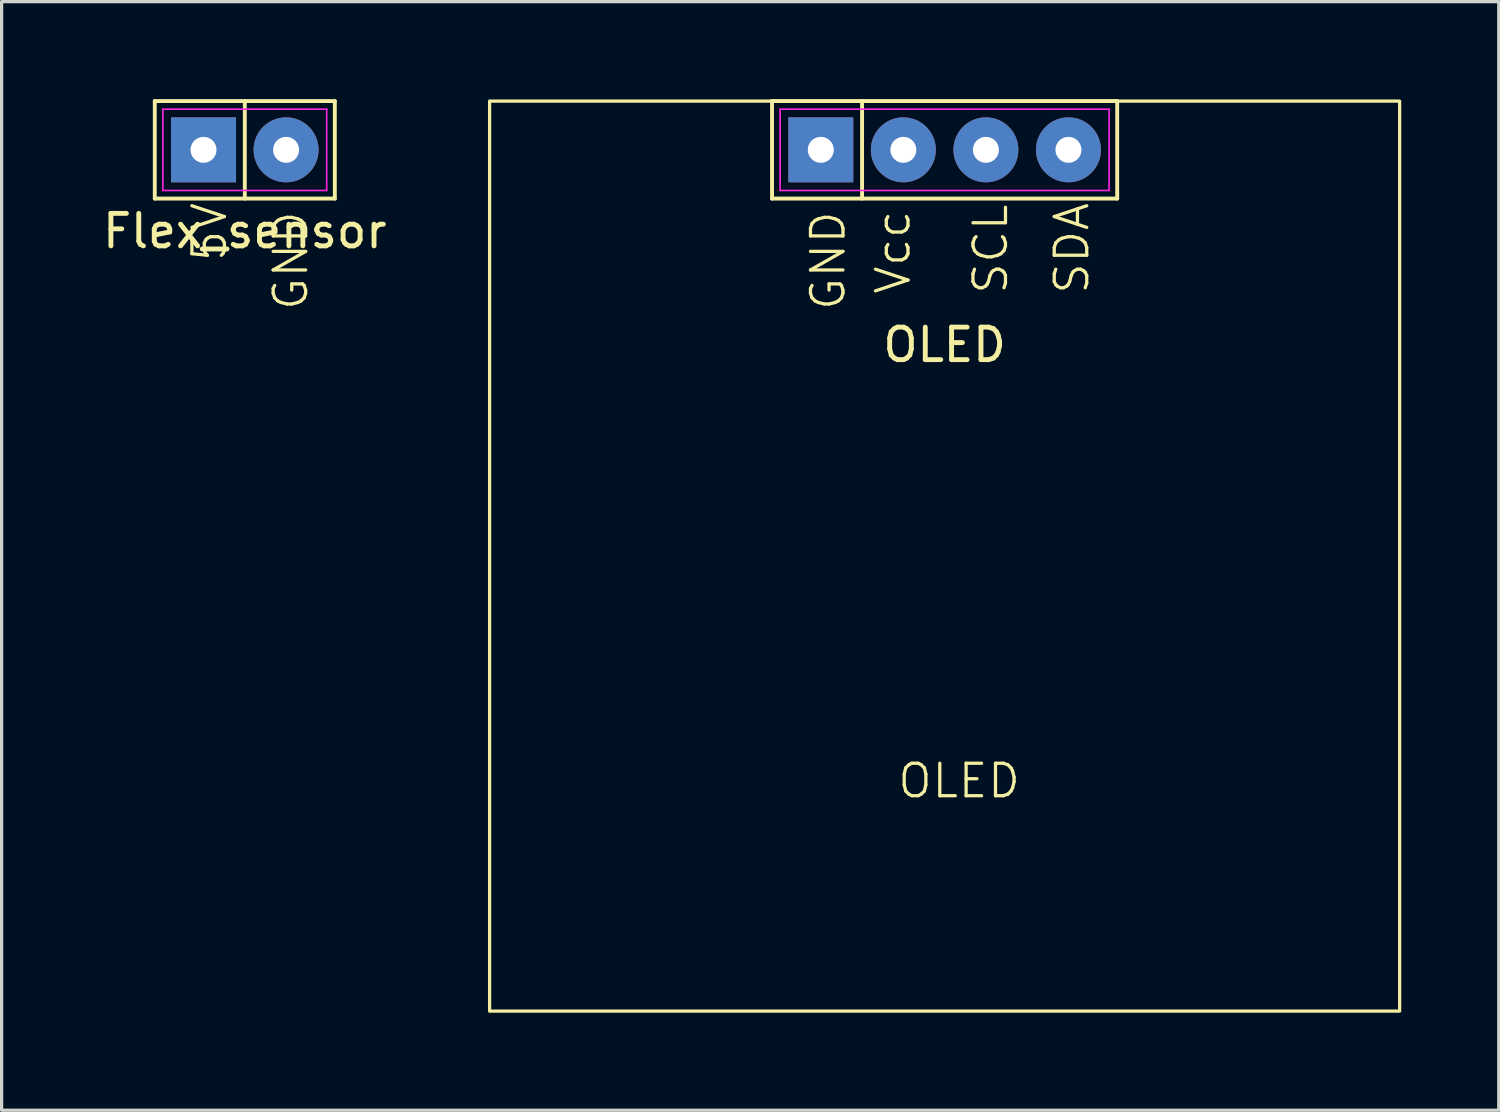
<source format=kicad_pcb>
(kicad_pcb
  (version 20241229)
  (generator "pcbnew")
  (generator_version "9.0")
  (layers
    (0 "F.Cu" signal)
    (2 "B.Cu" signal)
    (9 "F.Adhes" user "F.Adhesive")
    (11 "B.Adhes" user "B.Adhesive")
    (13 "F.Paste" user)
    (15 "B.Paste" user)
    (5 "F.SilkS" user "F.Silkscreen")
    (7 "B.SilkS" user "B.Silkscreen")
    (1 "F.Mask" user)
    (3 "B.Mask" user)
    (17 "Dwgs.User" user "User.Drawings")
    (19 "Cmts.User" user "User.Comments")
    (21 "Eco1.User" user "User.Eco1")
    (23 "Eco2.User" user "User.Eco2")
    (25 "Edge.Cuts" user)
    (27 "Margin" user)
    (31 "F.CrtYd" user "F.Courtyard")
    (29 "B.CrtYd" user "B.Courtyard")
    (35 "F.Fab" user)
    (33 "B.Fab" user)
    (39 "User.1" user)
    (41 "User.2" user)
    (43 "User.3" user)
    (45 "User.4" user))
  (footprint "OLED"
    (layer "F.Cu")
    (at 26.014 1.56)
    (property "Reference" "OLED" (at 0 6 0) (layer "F.SilkS") (effects (font (size 1 1) (thickness 0.15))))
    (attr through_hole)
    (fp_line (start -5.31 -1.5) (end 5.31 -1.5) (stroke (width 0.12) (type default)) (layer "F.SilkS"))
    (fp_line (start -5.31 1.5) (end -5.31 -1.5) (stroke (width 0.12) (type default)) (layer "F.SilkS"))
    (fp_line (start -2.54 -1.5) (end -2.54 1.5) (stroke (width 0.12) (type default)) (layer "F.SilkS"))
    (fp_line (start 5.31 -1.5) (end 5.31 1.5) (stroke (width 0.12) (type default)) (layer "F.SilkS"))
    (fp_line (start 5.31 1.5) (end -5.31 1.5) (stroke (width 0.12) (type default)) (layer "F.SilkS"))
    (fp_rect (start -14 -1.5) (end 14 26.5) (stroke (width 0.1) (type default)) (fill no) (layer "F.SilkS"))
    (fp_line (start -5.06 -1.25) (end 5.06 -1.25) (stroke (width 0.05) (type default)) (layer "F.CrtYd"))
    (fp_line (start -5.06 1.25) (end -5.06 -1.25) (stroke (width 0.05) (type default)) (layer "F.CrtYd"))
    (fp_line (start 5.06 -1.25) (end 5.06 1.25) (stroke (width 0.05) (type default)) (layer "F.CrtYd"))
    (fp_line (start 5.06 1.25) (end -5.06 1.25) (stroke (width 0.05) (type default)) (layer "F.CrtYd"))
    (fp_text user "Vcc" (at -1 4.5 90) (unlocked yes) (layer "F.SilkS") (effects (font (size 1 1) (thickness 0.1)) (justify left bottom)))
    (fp_text user "SCL" (at 2 4.5 90) (unlocked yes) (layer "F.SilkS") (effects (font (size 1 1) (thickness 0.1)) (justify left bottom)))
    (fp_text user "OLED" (at -1.5 20 0) (unlocked yes) (layer "F.SilkS") (effects (font (size 1 1) (thickness 0.1)) (justify left bottom)))
    (fp_text user "SDA" (at 4.5 4.5 90) (unlocked yes) (layer "F.SilkS") (effects (font (size 1 1) (thickness 0.1)) (justify left bottom)))
    (fp_text user "GND" (at -3 5 90) (unlocked yes) (layer "F.SilkS") (effects (font (size 1 1) (thickness 0.1)) (justify left bottom)))
    (pad "1" thru_hole rect (at -3.81 0) (size 2 2) (drill 0.8) (layers "*.Cu" "*.Mask"))
    (pad "2" thru_hole circle (at -1.27 0) (size 2 2) (drill 0.8) (layers "*.Cu" "*.Mask"))
    (pad "3" thru_hole circle (at 1.27 0) (size 2 2) (drill 0.8) (layers "*.Cu" "*.Mask"))
    (pad "4" thru_hole circle (at 3.81 0) (size 2 2) (drill 0.8) (layers "*.Cu" "*.Mask")))
  (footprint "Flex_sensor"
    (layer "F.Cu")
    (at 4.482 1.56)
    (property "Reference" "Flex_sensor" (at 0 2.5 0) (layer "F.SilkS") (effects (font (size 1 1) (thickness 0.15))))
    (attr through_hole)
    (fp_line (start -2.77 -1.5) (end 2.77 -1.5) (stroke (width 0.12) (type default)) (layer "F.SilkS"))
    (fp_line (start -2.77 1.5) (end -2.77 -1.5) (stroke (width 0.12) (type default)) (layer "F.SilkS"))
    (fp_line (start 0 -1.5) (end 0 1.5) (stroke (width 0.12) (type default)) (layer "F.SilkS"))
    (fp_line (start 2.77 -1.5) (end 2.77 1.5) (stroke (width 0.12) (type default)) (layer "F.SilkS"))
    (fp_line (start 2.77 1.5) (end -2.77 1.5) (stroke (width 0.12) (type default)) (layer "F.SilkS"))
    (fp_line (start -2.52 -1.25) (end 2.52 -1.25) (stroke (width 0.05) (type default)) (layer "F.CrtYd"))
    (fp_line (start -2.52 1.25) (end -2.52 -1.25) (stroke (width 0.05) (type default)) (layer "F.CrtYd"))
    (fp_line (start 2.52 -1.25) (end 2.52 1.25) (stroke (width 0.05) (type default)) (layer "F.CrtYd"))
    (fp_line (start 2.52 1.25) (end -2.52 1.25) (stroke (width 0.05) (type default)) (layer "F.CrtYd"))
    (fp_text user "GND" (at 2 5 90) (unlocked yes) (layer "F.SilkS") (effects (font (size 1 1) (thickness 0.1)) (justify left bottom)))
    (fp_text user "5V" (at -0.5 3.5 90) (unlocked yes) (layer "F.SilkS") (effects (font (size 1 1) (thickness 0.1)) (justify left bottom)))
    (pad "1" thru_hole rect (at -1.27 0) (size 2 2) (drill 0.8) (layers "*.Cu" "*.Mask"))
    (pad "2" thru_hole circle (at 1.27 0) (size 2 2) (drill 0.8) (layers "*.Cu" "*.Mask")))
  (gr_rect
    (start -3 -3)
    (end 43.064 31.11)
    (stroke (width 0.1) (type default))
    (fill no)
    (layer "Edge.Cuts")))
</source>
